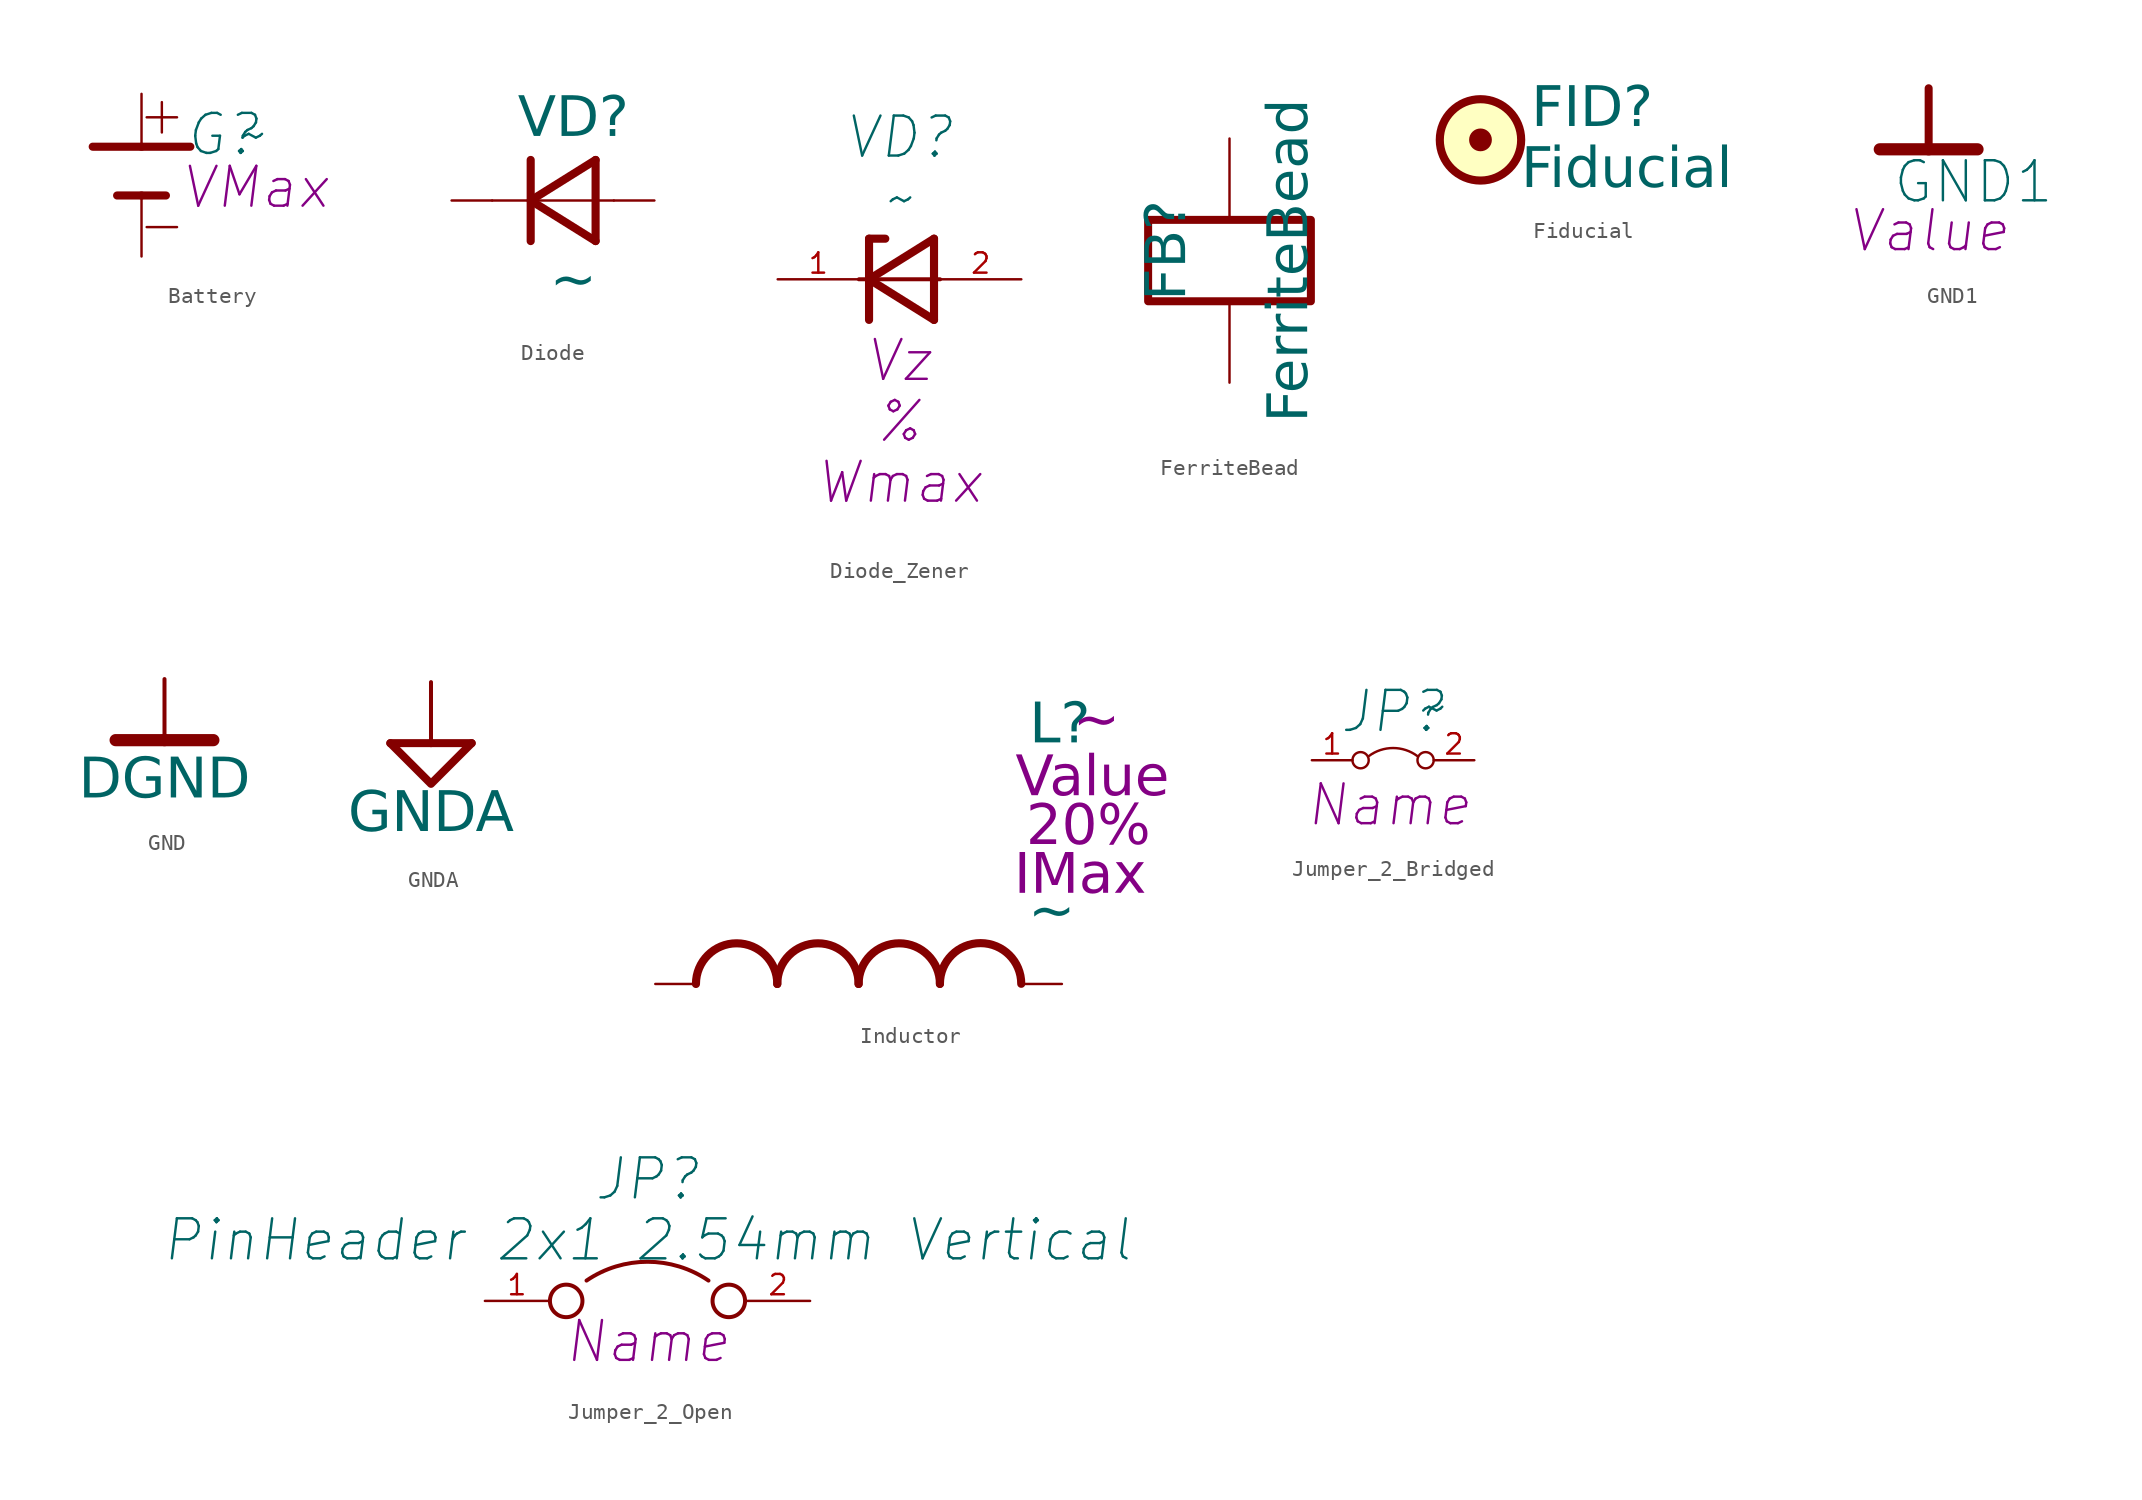
<source format=kicad_sym>
(kicad_symbol_lib
  (version 20241209)
  (generator "kicad_symbol_editor")
  (generator_version "9.0")
  (symbol "Battery"
    (pin_numbers
      (hide yes))
    (pin_names
      (offset 1.016)
      (hide yes))
    (property "Reference" "G"
      (at 5.08 2.54 0)
      (effects (font (size 2.5 2.5) (italic yes))))
    (property "Value" "~"
      (at 6.858 2.54 0)
      (effects (font (size 2.5 2.5) (italic yes))))
    (property "Value_1" ""
      (at 0 3.81 0)
      (effects (font (size 2.489 2.489))))
    (property "MaxVoltage" "VMax"
      (at 7.112 -0.762 0)
      (effects (font (size 2.489 2.489) (italic yes))))
    (symbol "Battery_0_1"
      (polyline (pts (xy 0 1.778) (xy -3.048 1.778)) (stroke (width 0.508) (type solid)) (fill (type none)))
      (polyline (pts (xy 0 1.778) (xy 3.048 1.778)) (stroke (width 0.508) (type solid)) (fill (type none)))
      (polyline (pts (xy 0 -1.27) (xy -1.524 -1.27)) (stroke (width 0.508) (type solid)) (fill (type none)))
      (polyline (pts (xy 0 -1.27) (xy 1.524 -1.27)) (stroke (width 0.508) (type solid)) (fill (type none))))
    (symbol "Battery_1_1"
      (text "+" (at 1.27 3.81 0) (effects (font (size 2.489 2.489))))
      (text "-" (at 1.27 -3.048 0) (effects (font (size 2.489 2.489))))
      (pin power_out line (at 0 5.08 270) (length 3.048) (name "+VBAT" (effects (font (size 1.27 1.27)))) (number "1" (effects (font (size 1.27 1.27)))))
      (pin power_in line (at 0 -5.08 90) (length 3.556) (name "-VBAT" (effects (font (size 1.27 1.27)))) (number "2" (effects (font (size 1.27 1.27)))))))
  (symbol "Diode"
    (pin_numbers
      (hide yes))
    (pin_names
      (offset 1.016)
      (hide yes))
    (property "Reference" "VD"
      (at 0 5.08 0)
      (effects (font (face "GOST type A") (size 2.5 2.5) (italic yes))))
    (property "Value" "~"
      (at 0 -5.08 0)
      (effects (font (face "GOST type A") (size 2.5 2.5) (italic yes))))
    (symbol "Diode_0_1"
      (polyline (pts (xy -5.08 0) (xy 2.54 0)) (stroke (width 0) (type solid)) (fill (type none)))
      (polyline (pts (xy -2.667 2.54) (xy -2.667 -2.54)) (stroke (width 0.508) (type solid)) (fill (type none)))
      (polyline (pts (xy 1.397 2.54) (xy 1.397 -2.54)) (stroke (width 0.508) (type solid)) (fill (type none)))
      (polyline (pts (xy 1.397 2.54) (xy -2.667 0) (xy 1.397 -2.54)) (stroke (width 0.508) (type solid)) (fill (type none))))
    (symbol "Diode_1_1"
      (pin passive line (at -7.62 0 0) (length 2.54) (name "K" (effects (font (size 1.27 1.27)))) (number "1" (effects (font (size 1.27 1.27)))))
      (pin passive line (at 5.08 0 180) (length 2.54) (name "A" (effects (font (size 1.27 1.27)))) (number "2" (effects (font (size 1.27 1.27)))))))
  (symbol "Diode_Zener"
    (pin_names
      (offset 1.016)
      (hide yes))
    (property "Reference" "VD"
      (at 0 8.89 0)
      (effects (font (size 2.5 2.5) (italic yes))))
    (property "Value" "~"
      (at 0 5.08 0)
      (effects (font (size 2.5 2.5) (italic yes))))
    (property "NominalVoltage" "Vz"
      (at 0 -5.08 0)
      (effects (font (size 2.489 2.489) (italic yes))))
    (property "Tolerance" "%"
      (at 0 -8.89 0)
      (effects (font (size 2.489 2.489) (italic yes))))
    (property "MaxPower" "Wmax"
      (at 0 -12.7 0)
      (effects (font (size 2.489 2.489) (italic yes))))
    (symbol "Diode_Zener_1_1"
      (polyline (pts (xy -2.54 0) (xy 2.54 0)) (stroke (width 0.25) (type solid)) (fill (type none)))
      (polyline (pts (xy -1.905 2.54) (xy -1.905 -2.54)) (stroke (width 0.508) (type solid)) (fill (type none)))
      (polyline (pts (xy -0.889 2.54) (xy -1.905 2.54)) (stroke (width 0.508) (type solid)) (fill (type none)))
      (polyline (pts (xy 2.159 2.54) (xy 2.159 -2.54)) (stroke (width 0.508) (type solid)) (fill (type none)))
      (polyline (pts (xy 2.159 2.54) (xy -1.905 0) (xy 2.159 -2.54)) (stroke (width 0.508) (type solid)) (fill (type none)))
      (pin passive line (at -7.62 0 0) (length 5.08) (name "K" (effects (font (size 1.27 1.27)))) (number "1" (effects (font (size 1.27 1.27)))))
      (pin passive line (at 7.62 0 180) (length 5.08) (name "A" (effects (font (size 1.27 1.27)))) (number "2" (effects (font (size 1.27 1.27)))))))
  (symbol "FerriteBead"
    (pin_numbers
      (hide yes))
    (pin_names
      (offset 0))
    (property "Reference" "FB"
      (at -3.81 0.635 90)
      (effects (font (face "GOST type A") (size 2.5 2.5) (italic yes))))
    (property "Value" "FerriteBead"
      (at 3.81 0 90)
      (effects (font (face "GOST type A") (size 2.5 2.5) (italic yes))))
    (symbol "FerriteBead_1_1"
      (rectangle (start -5.08 2.54) (end 5.08 -2.54) (stroke (width 0.5) (type default)) (fill (type none)))
      (pin passive line (at 0 7.62 270) (length 5.08) (name "~" (effects (font (size 1.27 1.27)))) (number "1" (effects (font (size 1.27 1.27)))))
      (pin passive line (at 0 -7.62 90) (length 5.08) (name "~" (effects (font (size 1.27 1.27)))) (number "2" (effects (font (size 1.27 1.27)))))))
  (symbol "Fiducial"
    (property "Reference" "FID"
      (at 3.175 1.905 0)
      (effects (font (face "GOST type A") (size 2.5 2.5) (italic yes)) (justify left)))
    (property "Value" "Fiducial"
      (at 2.54 -1.905 0)
      (effects (font (face "GOST type A") (size 2.5 2.5) (italic yes)) (justify left)))
    (symbol "Fiducial_0_1"
      (circle (center 0 0) (radius 2.54) (stroke (width 0.508) (type default)) (fill (type background))))
    (symbol "Fiducial_1_1"
      (circle (center 0 0) (radius 0.635) (stroke (width 0) (type default)) (fill (type outline)))))
  (symbol "GND1"
    (power)
    (pin_names
      (offset 0.002))
    (property "Reference" "GND"
      (at -0.508 -2.286 0)
      (effects (font (size 2.5 2.5) (italic yes)) (hide yes)))
    (property "Value" "GND1"
      (at 2.794 -2.032 0)
      (effects (font (size 2.5 2.5))))
    (property "Number" "Value"
      (at 0 -5.08 0)
      (effects (font (size 2.489 2.489) (italic yes))))
    (symbol "GND1_0_1"
      (polyline (pts (xy 0 0) (xy -3.048 0)) (stroke (width 0.762) (type solid)) (fill (type none)))
      (polyline (pts (xy 0 0) (xy 3.048 0)) (stroke (width 0.762) (type solid)) (fill (type none))))
    (symbol "GND1_1_1"
      (polyline (pts (xy 0 0) (xy 0 3.81)) (stroke (width 0.5) (type default)) (fill (type none)))
      (pin power_in line (at 0 3.81 270) (length 0) (hide yes) (name "GND" (effects (font (size 1.27 1.27)))) (number "1" (effects (font (size 1.27 1.27)))))))
  (symbol "GND"
    (power)
    (pin_names
      (offset 0)
      (hide yes))
    (property "Reference" "#PWR"
      (at -0.254 -5.842 0)
      (effects (font (size 1.27 1.27)) (hide yes)))
    (property "Value" "DGND"
      (at 0 -5.08 0)
      (effects (font (face "GOST type A") (size 2.5 2.5) (italic yes))))
    (symbol "GND_0_1"
      (polyline (pts (xy 0 -2.54) (xy -3.048 -2.54)) (stroke (width 0.762) (type solid)) (fill (type none)))
      (polyline (pts (xy 0 -2.54) (xy 3.048 -2.54)) (stroke (width 0.762) (type solid)) (fill (type none))))
    (symbol "GND_1_1"
      (polyline (pts (xy 0 1.27) (xy 0 -2.54)) (stroke (width 0.25) (type solid)) (fill (type none)))
      (pin power_in line (at 0 1.27 270) (length 0) (hide yes) (name "GND" (effects (font (size 1.27 1.27)))) (number "1" (effects (font (size 1.27 1.27)))))))
  (symbol "GNDA"
    (power)
    (pin_names
      (offset 0)
      (hide yes))
    (property "Reference" "#PWR"
      (at 0 -7.62 0)
      (effects (font (size 1.27 1.27)) (hide yes)))
    (property "Value" "GNDA"
      (at 0 -6.985 0)
      (effects (font (face "GOST type A") (size 2.5 2.5) (italic yes))))
    (symbol "GNDA_1_1"
      (polyline (pts (xy 0 1.27) (xy 0 -2.54)) (stroke (width 0.25) (type solid)) (fill (type none)))
      (polyline (pts (xy 0 -2.54) (xy -2.54 -2.54)) (stroke (width 0.5) (type solid)) (fill (type none)))
      (polyline (pts (xy 0 -2.54) (xy 2.54 -2.54)) (stroke (width 0.5) (type solid)) (fill (type none)))
      (polyline (pts (xy 2.54 -2.54) (xy 0 -5.08) (xy -2.54 -2.54)) (stroke (width 0.5) (type default)) (fill (type none)))
      (pin power_in line (at 0 1.27 270) (length 0) (hide yes) (name "GNDA" (effects (font (size 1.27 1.27)))) (number "1" (effects (font (size 1.27 1.27)))))))
  (symbol "Inductor"
    (pin_numbers
      (hide yes))
    (pin_names
      (offset 1.016)
      (hide yes))
    (property "Reference" "L"
      (at 12.573 16.129 0)
      (effects (font (face "GOST type A") (size 2.5 2.5) (italic yes))))
    (property "Value" "~"
      (at 12.065 4.445 0)
      (effects (font (face "GOST type A") (size 2.5 2.5) (italic yes))))
    (property "Datasheet" "~"
      (at 14.859 16.383 0)
      (effects (font (face "GOST type A") (size 2.5 2.5) (italic yes))))
    (property "Inductance" "Value"
      (at 14.605 12.827 0)
      (effects (font (face "GOST type A") (size 2.5 2.5) (italic yes))))
    (property "Tolerance" "20%"
      (at 14.351 9.779 0)
      (effects (font (face "GOST type A") (size 2.5 2.5) (italic yes))))
    (property "MaxCurrentTemp" "IMax"
      (at 13.843 6.731 0)
      (effects (font (face "GOST type A") (size 2.5 2.5) (italic yes))))
    (property "MaxCurrentSat" ""
      (at -12.7 0 0)
      (effects (font (size 1.27 1.27))))
    (property "CoreType" ""
      (at -12.7 0 0)
      (effects (font (size 1.27 1.27))))
    (symbol "Inductor_0_1"
      (arc (start -10.16 0) (mid -7.62 2.529) (end -5.08 0) (stroke (width 0.508) (type solid)) (fill (type none)))
      (arc (start -5.08 0) (mid -2.54 2.529) (end 0 0) (stroke (width 0.508) (type solid)) (fill (type none)))
      (arc (start 0 0) (mid 2.54 2.529) (end 5.08 0) (stroke (width 0.508) (type solid)) (fill (type none)))
      (arc (start 5.08 0.011) (mid 7.62 2.54) (end 10.16 0.011) (stroke (width 0.508) (type solid)) (fill (type none))))
    (symbol "Inductor_1_1"
      (pin passive line (at -12.7 0 0) (length 2.54) (name "1" (effects (font (size 1.27 1.27)))) (number "1" (effects (font (size 1.27 1.27)))))
      (pin passive line (at 12.7 0 180) (length 2.54) (name "2" (effects (font (size 1.27 1.27)))) (number "2" (effects (font (size 1.27 1.27)))))))
  (symbol "Jumper_2_Bridged"
    (pin_names
      (offset 0)
      (hide yes))
    (property "Reference" "JP"
      (at 0 3.048 0)
      (effects (font (size 2.5 2.5) (italic yes))))
    (property "Value" "~"
      (at 2.54 3.302 0)
      (effects (font (size 2.5 2.5))))
    (property "Name" "Name"
      (at -0.254 -2.794 0)
      (effects (font (size 2.489 2.489) (italic yes))))
    (symbol "Jumper_2_Bridged_0_0"
      (circle (center -2.032 0) (radius 0.508) (stroke (width 0) (type solid)) (fill (type none)))
      (circle (center 2.032 0) (radius 0.508) (stroke (width 0) (type solid)) (fill (type none))))
    (symbol "Jumper_2_Bridged_0_1"
      (arc (start -1.524 0.254) (mid 0 0.762) (end 1.524 0.254) (stroke (width 0) (type solid)) (fill (type none))))
    (symbol "Jumper_2_Bridged_1_1"
      (pin passive line (at -5.08 0 0) (length 2.54) (name "A" (effects (font (size 1.27 1.27)))) (number "1" (effects (font (size 1.27 1.27)))))
      (pin passive line (at 5.08 0 180) (length 2.54) (name "B" (effects (font (size 1.27 1.27)))) (number "2" (effects (font (size 1.27 1.27)))))))
  (symbol "Jumper_2_Open"
    (pin_names
      (offset 0)
      (hide yes))
    (property "Reference" "JP"
      (at 0 7.62 0)
      (effects (font (size 2.5 2.5) (italic yes))))
    (property "Value" "PinHeader 2x1 2.54mm Vertical"
      (at 0 3.81 0)
      (effects (font (size 2.5 2.5) (italic yes))))
    (property "Name" "Name"
      (at 0 -2.54 0)
      (effects (font (size 2.489 2.489) (italic yes))))
    (symbol "Jumper_2_Open_1_0"
      (circle (center -5.08 0) (radius 1.016) (stroke (width 0.25) (type solid)) (fill (type none)))
      (circle (center 5.08 0) (radius 1.016) (stroke (width 0.25) (type solid)) (fill (type none))))
    (symbol "Jumper_2_Open_1_1"
      (arc (start -3.81 1.27) (mid 0 2.4453) (end 3.81 1.27) (stroke (width 0.25) (type solid)) (fill (type none)))
      (pin passive line (at -10.16 0 0) (length 4) (name "A" (effects (font (size 1.27 1.27)))) (number "1" (effects (font (size 1.27 1.27)))))
      (pin passive line (at 10.16 0 180) (length 4) (name "B" (effects (font (size 1.27 1.27)))) (number "2" (effects (font (size 1.27 1.27))))))))
</source>
